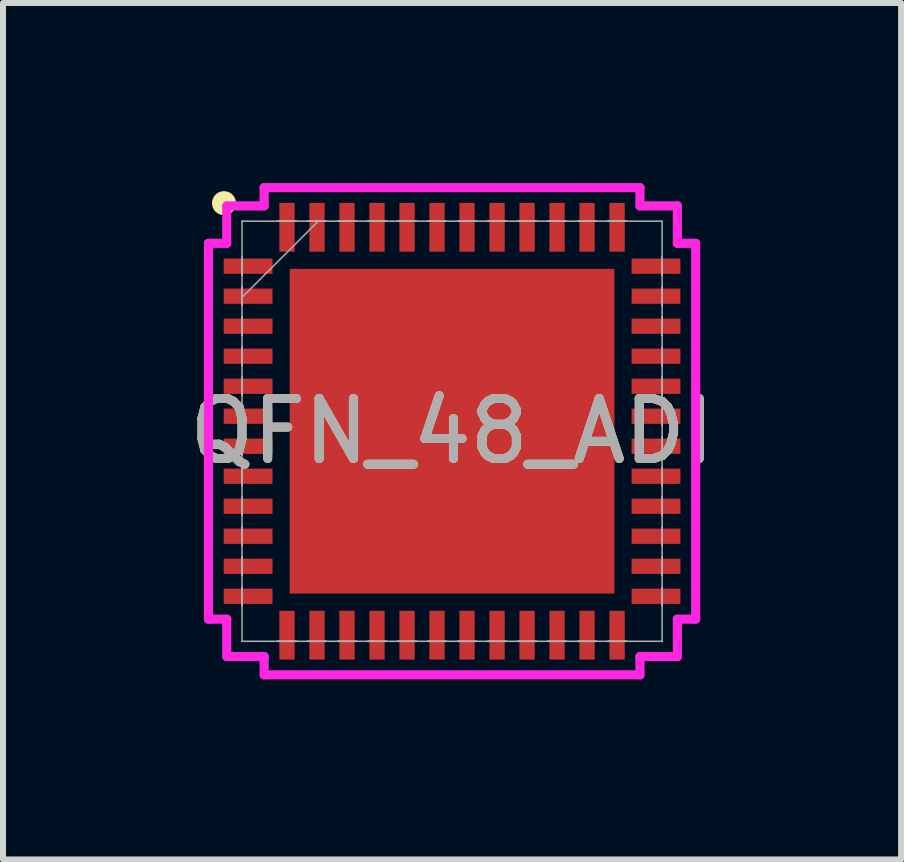
<source format=kicad_pcb>
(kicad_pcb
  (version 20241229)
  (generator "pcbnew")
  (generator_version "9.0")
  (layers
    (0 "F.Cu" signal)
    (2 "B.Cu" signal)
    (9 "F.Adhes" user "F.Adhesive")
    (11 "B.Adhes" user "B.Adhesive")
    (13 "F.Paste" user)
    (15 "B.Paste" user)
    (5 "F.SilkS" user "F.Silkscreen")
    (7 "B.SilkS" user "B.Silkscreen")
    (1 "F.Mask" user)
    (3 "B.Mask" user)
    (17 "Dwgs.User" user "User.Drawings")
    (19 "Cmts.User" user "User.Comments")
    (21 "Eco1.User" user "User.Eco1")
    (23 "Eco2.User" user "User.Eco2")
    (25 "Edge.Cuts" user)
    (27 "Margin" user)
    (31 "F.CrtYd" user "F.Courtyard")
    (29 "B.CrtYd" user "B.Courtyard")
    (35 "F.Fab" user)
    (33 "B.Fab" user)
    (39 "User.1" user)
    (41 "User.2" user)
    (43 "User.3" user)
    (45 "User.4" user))
  (footprint "QFN_48_ADI"
    (layer "F.Cu")
    (at 4.482 4.135)
    (property "Reference" "QFN_48_ADI" (at 0 0 0) (unlocked yes) (layer "F.SilkS") (effects (font (size 1 1) (thickness 0.15))))
    (attr smd)
    (fp_poly (pts (xy -2.705 -2.705) (xy 2.705 -2.705) (xy 2.705 2.705) (xy -2.705 2.705)) (stroke (width 0) (type solid)) (fill yes) (layer "F.Cu"))
    (fp_poly (pts (xy -2.705 -2.705) (xy 2.705 -2.705) (xy 2.705 2.705) (xy -2.705 2.705)) (stroke (width 0) (type solid)) (fill yes) (layer "F.Mask"))
    (fp_circle (center -3.8 -3.8) (end -3.6 -3.8) (stroke (width 0) (type solid)) (fill yes) (layer "F.SilkS"))
    (fp_poly (pts (xy -2.705 -2.705) (xy 2.705 -2.705) (xy 2.705 2.705) (xy -2.705 2.705)) (stroke (width 0) (type solid)) (fill yes) (layer "F.Paste"))
    (fp_line (start -4.059 -3.131) (end -3.754 -3.131) (stroke (width 0.152) (type solid)) (layer "F.CrtYd"))
    (fp_line (start -4.059 3.131) (end -4.059 -3.131) (stroke (width 0.152) (type solid)) (layer "F.CrtYd"))
    (fp_line (start -3.754 -3.754) (end -3.131 -3.754) (stroke (width 0.152) (type solid)) (layer "F.CrtYd"))
    (fp_line (start -3.754 -3.131) (end -3.754 -3.754) (stroke (width 0.152) (type solid)) (layer "F.CrtYd"))
    (fp_line (start -3.754 3.131) (end -4.059 3.131) (stroke (width 0.152) (type solid)) (layer "F.CrtYd"))
    (fp_line (start -3.754 3.754) (end -3.754 3.131) (stroke (width 0.152) (type solid)) (layer "F.CrtYd"))
    (fp_line (start -3.131 -4.059) (end 3.131 -4.059) (stroke (width 0.152) (type solid)) (layer "F.CrtYd"))
    (fp_line (start -3.131 -3.754) (end -3.131 -4.059) (stroke (width 0.152) (type solid)) (layer "F.CrtYd"))
    (fp_line (start -3.131 3.754) (end -3.754 3.754) (stroke (width 0.152) (type solid)) (layer "F.CrtYd"))
    (fp_line (start -3.131 4.059) (end -3.131 3.754) (stroke (width 0.152) (type solid)) (layer "F.CrtYd"))
    (fp_line (start 3.131 -4.059) (end 3.131 -3.754) (stroke (width 0.152) (type solid)) (layer "F.CrtYd"))
    (fp_line (start 3.131 -3.754) (end 3.754 -3.754) (stroke (width 0.152) (type solid)) (layer "F.CrtYd"))
    (fp_line (start 3.131 3.754) (end 3.131 4.059) (stroke (width 0.152) (type solid)) (layer "F.CrtYd"))
    (fp_line (start 3.131 4.059) (end -3.131 4.059) (stroke (width 0.152) (type solid)) (layer "F.CrtYd"))
    (fp_line (start 3.754 -3.754) (end 3.754 -3.131) (stroke (width 0.152) (type solid)) (layer "F.CrtYd"))
    (fp_line (start 3.754 -3.131) (end 4.059 -3.131) (stroke (width 0.152) (type solid)) (layer "F.CrtYd"))
    (fp_line (start 3.754 3.131) (end 3.754 3.754) (stroke (width 0.152) (type solid)) (layer "F.CrtYd"))
    (fp_line (start 3.754 3.754) (end 3.131 3.754) (stroke (width 0.152) (type solid)) (layer "F.CrtYd"))
    (fp_line (start 4.059 -3.131) (end 4.059 3.131) (stroke (width 0.152) (type solid)) (layer "F.CrtYd"))
    (fp_line (start 4.059 3.131) (end 3.754 3.131) (stroke (width 0.152) (type solid)) (layer "F.CrtYd"))
    (fp_line (start -3.5 -3.5) (end -3.5 3.5) (stroke (width 0.025) (type solid)) (layer "F.Fab"))
    (fp_line (start -3.5 -2.902) (end -3.5 -2.902) (stroke (width 0.025) (type solid)) (layer "F.Fab"))
    (fp_line (start -3.5 -2.902) (end -3.5 -2.598) (stroke (width 0.025) (type solid)) (layer "F.Fab"))
    (fp_line (start -3.5 -2.598) (end -3.5 -2.902) (stroke (width 0.025) (type solid)) (layer "F.Fab"))
    (fp_line (start -3.5 -2.598) (end -3.5 -2.598) (stroke (width 0.025) (type solid)) (layer "F.Fab"))
    (fp_line (start -3.5 -2.402) (end -3.5 -2.402) (stroke (width 0.025) (type solid)) (layer "F.Fab"))
    (fp_line (start -3.5 -2.402) (end -3.5 -2.098) (stroke (width 0.025) (type solid)) (layer "F.Fab"))
    (fp_line (start -3.5 -2.23) (end -2.23 -3.5) (stroke (width 0.025) (type solid)) (layer "F.Fab"))
    (fp_line (start -3.5 -2.098) (end -3.5 -2.402) (stroke (width 0.025) (type solid)) (layer "F.Fab"))
    (fp_line (start -3.5 -2.098) (end -3.5 -2.098) (stroke (width 0.025) (type solid)) (layer "F.Fab"))
    (fp_line (start -3.5 -1.902) (end -3.5 -1.902) (stroke (width 0.025) (type solid)) (layer "F.Fab"))
    (fp_line (start -3.5 -1.902) (end -3.5 -1.598) (stroke (width 0.025) (type solid)) (layer "F.Fab"))
    (fp_line (start -3.5 -1.598) (end -3.5 -1.902) (stroke (width 0.025) (type solid)) (layer "F.Fab"))
    (fp_line (start -3.5 -1.598) (end -3.5 -1.598) (stroke (width 0.025) (type solid)) (layer "F.Fab"))
    (fp_line (start -3.5 -1.402) (end -3.5 -1.402) (stroke (width 0.025) (type solid)) (layer "F.Fab"))
    (fp_line (start -3.5 -1.402) (end -3.5 -1.098) (stroke (width 0.025) (type solid)) (layer "F.Fab"))
    (fp_line (start -3.5 -1.098) (end -3.5 -1.402) (stroke (width 0.025) (type solid)) (layer "F.Fab"))
    (fp_line (start -3.5 -1.098) (end -3.5 -1.098) (stroke (width 0.025) (type solid)) (layer "F.Fab"))
    (fp_line (start -3.5 -0.902) (end -3.5 -0.902) (stroke (width 0.025) (type solid)) (layer "F.Fab"))
    (fp_line (start -3.5 -0.902) (end -3.5 -0.598) (stroke (width 0.025) (type solid)) (layer "F.Fab"))
    (fp_line (start -3.5 -0.598) (end -3.5 -0.902) (stroke (width 0.025) (type solid)) (layer "F.Fab"))
    (fp_line (start -3.5 -0.598) (end -3.5 -0.598) (stroke (width 0.025) (type solid)) (layer "F.Fab"))
    (fp_line (start -3.5 -0.402) (end -3.5 -0.402) (stroke (width 0.025) (type solid)) (layer "F.Fab"))
    (fp_line (start -3.5 -0.402) (end -3.5 -0.098) (stroke (width 0.025) (type solid)) (layer "F.Fab"))
    (fp_line (start -3.5 -0.098) (end -3.5 -0.402) (stroke (width 0.025) (type solid)) (layer "F.Fab"))
    (fp_line (start -3.5 -0.098) (end -3.5 -0.098) (stroke (width 0.025) (type solid)) (layer "F.Fab"))
    (fp_line (start -3.5 0.098) (end -3.5 0.098) (stroke (width 0.025) (type solid)) (layer "F.Fab"))
    (fp_line (start -3.5 0.098) (end -3.5 0.402) (stroke (width 0.025) (type solid)) (layer "F.Fab"))
    (fp_line (start -3.5 0.402) (end -3.5 0.098) (stroke (width 0.025) (type solid)) (layer "F.Fab"))
    (fp_line (start -3.5 0.402) (end -3.5 0.402) (stroke (width 0.025) (type solid)) (layer "F.Fab"))
    (fp_line (start -3.5 0.598) (end -3.5 0.598) (stroke (width 0.025) (type solid)) (layer "F.Fab"))
    (fp_line (start -3.5 0.598) (end -3.5 0.902) (stroke (width 0.025) (type solid)) (layer "F.Fab"))
    (fp_line (start -3.5 0.902) (end -3.5 0.598) (stroke (width 0.025) (type solid)) (layer "F.Fab"))
    (fp_line (start -3.5 0.902) (end -3.5 0.902) (stroke (width 0.025) (type solid)) (layer "F.Fab"))
    (fp_line (start -3.5 1.098) (end -3.5 1.098) (stroke (width 0.025) (type solid)) (layer "F.Fab"))
    (fp_line (start -3.5 1.098) (end -3.5 1.402) (stroke (width 0.025) (type solid)) (layer "F.Fab"))
    (fp_line (start -3.5 1.402) (end -3.5 1.098) (stroke (width 0.025) (type solid)) (layer "F.Fab"))
    (fp_line (start -3.5 1.402) (end -3.5 1.402) (stroke (width 0.025) (type solid)) (layer "F.Fab"))
    (fp_line (start -3.5 1.598) (end -3.5 1.598) (stroke (width 0.025) (type solid)) (layer "F.Fab"))
    (fp_line (start -3.5 1.598) (end -3.5 1.902) (stroke (width 0.025) (type solid)) (layer "F.Fab"))
    (fp_line (start -3.5 1.902) (end -3.5 1.598) (stroke (width 0.025) (type solid)) (layer "F.Fab"))
    (fp_line (start -3.5 1.902) (end -3.5 1.902) (stroke (width 0.025) (type solid)) (layer "F.Fab"))
    (fp_line (start -3.5 2.098) (end -3.5 2.098) (stroke (width 0.025) (type solid)) (layer "F.Fab"))
    (fp_line (start -3.5 2.098) (end -3.5 2.402) (stroke (width 0.025) (type solid)) (layer "F.Fab"))
    (fp_line (start -3.5 2.402) (end -3.5 2.098) (stroke (width 0.025) (type solid)) (layer "F.Fab"))
    (fp_line (start -3.5 2.402) (end -3.5 2.402) (stroke (width 0.025) (type solid)) (layer "F.Fab"))
    (fp_line (start -3.5 2.598) (end -3.5 2.598) (stroke (width 0.025) (type solid)) (layer "F.Fab"))
    (fp_line (start -3.5 2.598) (end -3.5 2.902) (stroke (width 0.025) (type solid)) (layer "F.Fab"))
    (fp_line (start -3.5 2.902) (end -3.5 2.598) (stroke (width 0.025) (type solid)) (layer "F.Fab"))
    (fp_line (start -3.5 2.902) (end -3.5 2.902) (stroke (width 0.025) (type solid)) (layer "F.Fab"))
    (fp_line (start -3.5 3.5) (end 3.5 3.5) (stroke (width 0.025) (type solid)) (layer "F.Fab"))
    (fp_line (start -2.902 -3.5) (end -2.902 -3.5) (stroke (width 0.025) (type solid)) (layer "F.Fab"))
    (fp_line (start -2.902 -3.5) (end -2.598 -3.5) (stroke (width 0.025) (type solid)) (layer "F.Fab"))
    (fp_line (start -2.902 3.5) (end -2.902 3.5) (stroke (width 0.025) (type solid)) (layer "F.Fab"))
    (fp_line (start -2.902 3.5) (end -2.598 3.5) (stroke (width 0.025) (type solid)) (layer "F.Fab"))
    (fp_line (start -2.598 -3.5) (end -2.902 -3.5) (stroke (width 0.025) (type solid)) (layer "F.Fab"))
    (fp_line (start -2.598 -3.5) (end -2.598 -3.5) (stroke (width 0.025) (type solid)) (layer "F.Fab"))
    (fp_line (start -2.598 3.5) (end -2.902 3.5) (stroke (width 0.025) (type solid)) (layer "F.Fab"))
    (fp_line (start -2.598 3.5) (end -2.598 3.5) (stroke (width 0.025) (type solid)) (layer "F.Fab"))
    (fp_line (start -2.402 -3.5) (end -2.402 -3.5) (stroke (width 0.025) (type solid)) (layer "F.Fab"))
    (fp_line (start -2.402 -3.5) (end -2.098 -3.5) (stroke (width 0.025) (type solid)) (layer "F.Fab"))
    (fp_line (start -2.402 3.5) (end -2.402 3.5) (stroke (width 0.025) (type solid)) (layer "F.Fab"))
    (fp_line (start -2.402 3.5) (end -2.098 3.5) (stroke (width 0.025) (type solid)) (layer "F.Fab"))
    (fp_line (start -2.098 -3.5) (end -2.402 -3.5) (stroke (width 0.025) (type solid)) (layer "F.Fab"))
    (fp_line (start -2.098 -3.5) (end -2.098 -3.5) (stroke (width 0.025) (type solid)) (layer "F.Fab"))
    (fp_line (start -2.098 3.5) (end -2.402 3.5) (stroke (width 0.025) (type solid)) (layer "F.Fab"))
    (fp_line (start -2.098 3.5) (end -2.098 3.5) (stroke (width 0.025) (type solid)) (layer "F.Fab"))
    (fp_line (start -1.902 -3.5) (end -1.902 -3.5) (stroke (width 0.025) (type solid)) (layer "F.Fab"))
    (fp_line (start -1.902 -3.5) (end -1.598 -3.5) (stroke (width 0.025) (type solid)) (layer "F.Fab"))
    (fp_line (start -1.902 3.5) (end -1.902 3.5) (stroke (width 0.025) (type solid)) (layer "F.Fab"))
    (fp_line (start -1.902 3.5) (end -1.598 3.5) (stroke (width 0.025) (type solid)) (layer "F.Fab"))
    (fp_line (start -1.598 -3.5) (end -1.902 -3.5) (stroke (width 0.025) (type solid)) (layer "F.Fab"))
    (fp_line (start -1.598 -3.5) (end -1.598 -3.5) (stroke (width 0.025) (type solid)) (layer "F.Fab"))
    (fp_line (start -1.598 3.5) (end -1.902 3.5) (stroke (width 0.025) (type solid)) (layer "F.Fab"))
    (fp_line (start -1.598 3.5) (end -1.598 3.5) (stroke (width 0.025) (type solid)) (layer "F.Fab"))
    (fp_line (start -1.402 -3.5) (end -1.402 -3.5) (stroke (width 0.025) (type solid)) (layer "F.Fab"))
    (fp_line (start -1.402 -3.5) (end -1.098 -3.5) (stroke (width 0.025) (type solid)) (layer "F.Fab"))
    (fp_line (start -1.402 3.5) (end -1.402 3.5) (stroke (width 0.025) (type solid)) (layer "F.Fab"))
    (fp_line (start -1.402 3.5) (end -1.098 3.5) (stroke (width 0.025) (type solid)) (layer "F.Fab"))
    (fp_line (start -1.098 -3.5) (end -1.402 -3.5) (stroke (width 0.025) (type solid)) (layer "F.Fab"))
    (fp_line (start -1.098 -3.5) (end -1.098 -3.5) (stroke (width 0.025) (type solid)) (layer "F.Fab"))
    (fp_line (start -1.098 3.5) (end -1.402 3.5) (stroke (width 0.025) (type solid)) (layer "F.Fab"))
    (fp_line (start -1.098 3.5) (end -1.098 3.5) (stroke (width 0.025) (type solid)) (layer "F.Fab"))
    (fp_line (start -0.902 -3.5) (end -0.902 -3.5) (stroke (width 0.025) (type solid)) (layer "F.Fab"))
    (fp_line (start -0.902 -3.5) (end -0.598 -3.5) (stroke (width 0.025) (type solid)) (layer "F.Fab"))
    (fp_line (start -0.902 3.5) (end -0.902 3.5) (stroke (width 0.025) (type solid)) (layer "F.Fab"))
    (fp_line (start -0.902 3.5) (end -0.598 3.5) (stroke (width 0.025) (type solid)) (layer "F.Fab"))
    (fp_line (start -0.598 -3.5) (end -0.902 -3.5) (stroke (width 0.025) (type solid)) (layer "F.Fab"))
    (fp_line (start -0.598 -3.5) (end -0.598 -3.5) (stroke (width 0.025) (type solid)) (layer "F.Fab"))
    (fp_line (start -0.598 3.5) (end -0.902 3.5) (stroke (width 0.025) (type solid)) (layer "F.Fab"))
    (fp_line (start -0.598 3.5) (end -0.598 3.5) (stroke (width 0.025) (type solid)) (layer "F.Fab"))
    (fp_line (start -0.402 -3.5) (end -0.402 -3.5) (stroke (width 0.025) (type solid)) (layer "F.Fab"))
    (fp_line (start -0.402 -3.5) (end -0.098 -3.5) (stroke (width 0.025) (type solid)) (layer "F.Fab"))
    (fp_line (start -0.402 3.5) (end -0.402 3.5) (stroke (width 0.025) (type solid)) (layer "F.Fab"))
    (fp_line (start -0.402 3.5) (end -0.098 3.5) (stroke (width 0.025) (type solid)) (layer "F.Fab"))
    (fp_line (start -0.098 -3.5) (end -0.402 -3.5) (stroke (width 0.025) (type solid)) (layer "F.Fab"))
    (fp_line (start -0.098 -3.5) (end -0.098 -3.5) (stroke (width 0.025) (type solid)) (layer "F.Fab"))
    (fp_line (start -0.098 3.5) (end -0.402 3.5) (stroke (width 0.025) (type solid)) (layer "F.Fab"))
    (fp_line (start -0.098 3.5) (end -0.098 3.5) (stroke (width 0.025) (type solid)) (layer "F.Fab"))
    (fp_line (start 0.098 -3.5) (end 0.098 -3.5) (stroke (width 0.025) (type solid)) (layer "F.Fab"))
    (fp_line (start 0.098 -3.5) (end 0.402 -3.5) (stroke (width 0.025) (type solid)) (layer "F.Fab"))
    (fp_line (start 0.098 3.5) (end 0.098 3.5) (stroke (width 0.025) (type solid)) (layer "F.Fab"))
    (fp_line (start 0.098 3.5) (end 0.402 3.5) (stroke (width 0.025) (type solid)) (layer "F.Fab"))
    (fp_line (start 0.402 -3.5) (end 0.098 -3.5) (stroke (width 0.025) (type solid)) (layer "F.Fab"))
    (fp_line (start 0.402 -3.5) (end 0.402 -3.5) (stroke (width 0.025) (type solid)) (layer "F.Fab"))
    (fp_line (start 0.402 3.5) (end 0.098 3.5) (stroke (width 0.025) (type solid)) (layer "F.Fab"))
    (fp_line (start 0.402 3.5) (end 0.402 3.5) (stroke (width 0.025) (type solid)) (layer "F.Fab"))
    (fp_line (start 0.598 -3.5) (end 0.598 -3.5) (stroke (width 0.025) (type solid)) (layer "F.Fab"))
    (fp_line (start 0.598 -3.5) (end 0.902 -3.5) (stroke (width 0.025) (type solid)) (layer "F.Fab"))
    (fp_line (start 0.598 3.5) (end 0.598 3.5) (stroke (width 0.025) (type solid)) (layer "F.Fab"))
    (fp_line (start 0.598 3.5) (end 0.902 3.5) (stroke (width 0.025) (type solid)) (layer "F.Fab"))
    (fp_line (start 0.902 -3.5) (end 0.598 -3.5) (stroke (width 0.025) (type solid)) (layer "F.Fab"))
    (fp_line (start 0.902 -3.5) (end 0.902 -3.5) (stroke (width 0.025) (type solid)) (layer "F.Fab"))
    (fp_line (start 0.902 3.5) (end 0.598 3.5) (stroke (width 0.025) (type solid)) (layer "F.Fab"))
    (fp_line (start 0.902 3.5) (end 0.902 3.5) (stroke (width 0.025) (type solid)) (layer "F.Fab"))
    (fp_line (start 1.098 -3.5) (end 1.098 -3.5) (stroke (width 0.025) (type solid)) (layer "F.Fab"))
    (fp_line (start 1.098 -3.5) (end 1.402 -3.5) (stroke (width 0.025) (type solid)) (layer "F.Fab"))
    (fp_line (start 1.098 3.5) (end 1.098 3.5) (stroke (width 0.025) (type solid)) (layer "F.Fab"))
    (fp_line (start 1.098 3.5) (end 1.402 3.5) (stroke (width 0.025) (type solid)) (layer "F.Fab"))
    (fp_line (start 1.402 -3.5) (end 1.098 -3.5) (stroke (width 0.025) (type solid)) (layer "F.Fab"))
    (fp_line (start 1.402 -3.5) (end 1.402 -3.5) (stroke (width 0.025) (type solid)) (layer "F.Fab"))
    (fp_line (start 1.402 3.5) (end 1.098 3.5) (stroke (width 0.025) (type solid)) (layer "F.Fab"))
    (fp_line (start 1.402 3.5) (end 1.402 3.5) (stroke (width 0.025) (type solid)) (layer "F.Fab"))
    (fp_line (start 1.598 -3.5) (end 1.598 -3.5) (stroke (width 0.025) (type solid)) (layer "F.Fab"))
    (fp_line (start 1.598 -3.5) (end 1.902 -3.5) (stroke (width 0.025) (type solid)) (layer "F.Fab"))
    (fp_line (start 1.598 3.5) (end 1.598 3.5) (stroke (width 0.025) (type solid)) (layer "F.Fab"))
    (fp_line (start 1.598 3.5) (end 1.902 3.5) (stroke (width 0.025) (type solid)) (layer "F.Fab"))
    (fp_line (start 1.902 -3.5) (end 1.598 -3.5) (stroke (width 0.025) (type solid)) (layer "F.Fab"))
    (fp_line (start 1.902 -3.5) (end 1.902 -3.5) (stroke (width 0.025) (type solid)) (layer "F.Fab"))
    (fp_line (start 1.902 3.5) (end 1.598 3.5) (stroke (width 0.025) (type solid)) (layer "F.Fab"))
    (fp_line (start 1.902 3.5) (end 1.902 3.5) (stroke (width 0.025) (type solid)) (layer "F.Fab"))
    (fp_line (start 2.098 -3.5) (end 2.098 -3.5) (stroke (width 0.025) (type solid)) (layer "F.Fab"))
    (fp_line (start 2.098 -3.5) (end 2.402 -3.5) (stroke (width 0.025) (type solid)) (layer "F.Fab"))
    (fp_line (start 2.098 3.5) (end 2.098 3.5) (stroke (width 0.025) (type solid)) (layer "F.Fab"))
    (fp_line (start 2.098 3.5) (end 2.402 3.5) (stroke (width 0.025) (type solid)) (layer "F.Fab"))
    (fp_line (start 2.402 -3.5) (end 2.098 -3.5) (stroke (width 0.025) (type solid)) (layer "F.Fab"))
    (fp_line (start 2.402 -3.5) (end 2.402 -3.5) (stroke (width 0.025) (type solid)) (layer "F.Fab"))
    (fp_line (start 2.402 3.5) (end 2.098 3.5) (stroke (width 0.025) (type solid)) (layer "F.Fab"))
    (fp_line (start 2.402 3.5) (end 2.402 3.5) (stroke (width 0.025) (type solid)) (layer "F.Fab"))
    (fp_line (start 2.598 -3.5) (end 2.598 -3.5) (stroke (width 0.025) (type solid)) (layer "F.Fab"))
    (fp_line (start 2.598 -3.5) (end 2.902 -3.5) (stroke (width 0.025) (type solid)) (layer "F.Fab"))
    (fp_line (start 2.598 3.5) (end 2.598 3.5) (stroke (width 0.025) (type solid)) (layer "F.Fab"))
    (fp_line (start 2.598 3.5) (end 2.902 3.5) (stroke (width 0.025) (type solid)) (layer "F.Fab"))
    (fp_line (start 2.902 -3.5) (end 2.598 -3.5) (stroke (width 0.025) (type solid)) (layer "F.Fab"))
    (fp_line (start 2.902 -3.5) (end 2.902 -3.5) (stroke (width 0.025) (type solid)) (layer "F.Fab"))
    (fp_line (start 2.902 3.5) (end 2.598 3.5) (stroke (width 0.025) (type solid)) (layer "F.Fab"))
    (fp_line (start 2.902 3.5) (end 2.902 3.5) (stroke (width 0.025) (type solid)) (layer "F.Fab"))
    (fp_line (start 3.5 -3.5) (end -3.5 -3.5) (stroke (width 0.025) (type solid)) (layer "F.Fab"))
    (fp_line (start 3.5 -2.902) (end 3.5 -2.902) (stroke (width 0.025) (type solid)) (layer "F.Fab"))
    (fp_line (start 3.5 -2.902) (end 3.5 -2.598) (stroke (width 0.025) (type solid)) (layer "F.Fab"))
    (fp_line (start 3.5 -2.598) (end 3.5 -2.902) (stroke (width 0.025) (type solid)) (layer "F.Fab"))
    (fp_line (start 3.5 -2.598) (end 3.5 -2.598) (stroke (width 0.025) (type solid)) (layer "F.Fab"))
    (fp_line (start 3.5 -2.402) (end 3.5 -2.402) (stroke (width 0.025) (type solid)) (layer "F.Fab"))
    (fp_line (start 3.5 -2.402) (end 3.5 -2.098) (stroke (width 0.025) (type solid)) (layer "F.Fab"))
    (fp_line (start 3.5 -2.098) (end 3.5 -2.402) (stroke (width 0.025) (type solid)) (layer "F.Fab"))
    (fp_line (start 3.5 -2.098) (end 3.5 -2.098) (stroke (width 0.025) (type solid)) (layer "F.Fab"))
    (fp_line (start 3.5 -1.902) (end 3.5 -1.902) (stroke (width 0.025) (type solid)) (layer "F.Fab"))
    (fp_line (start 3.5 -1.902) (end 3.5 -1.598) (stroke (width 0.025) (type solid)) (layer "F.Fab"))
    (fp_line (start 3.5 -1.598) (end 3.5 -1.902) (stroke (width 0.025) (type solid)) (layer "F.Fab"))
    (fp_line (start 3.5 -1.598) (end 3.5 -1.598) (stroke (width 0.025) (type solid)) (layer "F.Fab"))
    (fp_line (start 3.5 -1.402) (end 3.5 -1.402) (stroke (width 0.025) (type solid)) (layer "F.Fab"))
    (fp_line (start 3.5 -1.402) (end 3.5 -1.098) (stroke (width 0.025) (type solid)) (layer "F.Fab"))
    (fp_line (start 3.5 -1.098) (end 3.5 -1.402) (stroke (width 0.025) (type solid)) (layer "F.Fab"))
    (fp_line (start 3.5 -1.098) (end 3.5 -1.098) (stroke (width 0.025) (type solid)) (layer "F.Fab"))
    (fp_line (start 3.5 -0.902) (end 3.5 -0.902) (stroke (width 0.025) (type solid)) (layer "F.Fab"))
    (fp_line (start 3.5 -0.902) (end 3.5 -0.598) (stroke (width 0.025) (type solid)) (layer "F.Fab"))
    (fp_line (start 3.5 -0.598) (end 3.5 -0.902) (stroke (width 0.025) (type solid)) (layer "F.Fab"))
    (fp_line (start 3.5 -0.598) (end 3.5 -0.598) (stroke (width 0.025) (type solid)) (layer "F.Fab"))
    (fp_line (start 3.5 -0.402) (end 3.5 -0.402) (stroke (width 0.025) (type solid)) (layer "F.Fab"))
    (fp_line (start 3.5 -0.402) (end 3.5 -0.098) (stroke (width 0.025) (type solid)) (layer "F.Fab"))
    (fp_line (start 3.5 -0.098) (end 3.5 -0.402) (stroke (width 0.025) (type solid)) (layer "F.Fab"))
    (fp_line (start 3.5 -0.098) (end 3.5 -0.098) (stroke (width 0.025) (type solid)) (layer "F.Fab"))
    (fp_line (start 3.5 0.098) (end 3.5 0.098) (stroke (width 0.025) (type solid)) (layer "F.Fab"))
    (fp_line (start 3.5 0.098) (end 3.5 0.402) (stroke (width 0.025) (type solid)) (layer "F.Fab"))
    (fp_line (start 3.5 0.402) (end 3.5 0.098) (stroke (width 0.025) (type solid)) (layer "F.Fab"))
    (fp_line (start 3.5 0.402) (end 3.5 0.402) (stroke (width 0.025) (type solid)) (layer "F.Fab"))
    (fp_line (start 3.5 0.598) (end 3.5 0.598) (stroke (width 0.025) (type solid)) (layer "F.Fab"))
    (fp_line (start 3.5 0.598) (end 3.5 0.902) (stroke (width 0.025) (type solid)) (layer "F.Fab"))
    (fp_line (start 3.5 0.902) (end 3.5 0.598) (stroke (width 0.025) (type solid)) (layer "F.Fab"))
    (fp_line (start 3.5 0.902) (end 3.5 0.902) (stroke (width 0.025) (type solid)) (layer "F.Fab"))
    (fp_line (start 3.5 1.098) (end 3.5 1.098) (stroke (width 0.025) (type solid)) (layer "F.Fab"))
    (fp_line (start 3.5 1.098) (end 3.5 1.402) (stroke (width 0.025) (type solid)) (layer "F.Fab"))
    (fp_line (start 3.5 1.402) (end 3.5 1.098) (stroke (width 0.025) (type solid)) (layer "F.Fab"))
    (fp_line (start 3.5 1.402) (end 3.5 1.402) (stroke (width 0.025) (type solid)) (layer "F.Fab"))
    (fp_line (start 3.5 1.598) (end 3.5 1.598) (stroke (width 0.025) (type solid)) (layer "F.Fab"))
    (fp_line (start 3.5 1.598) (end 3.5 1.902) (stroke (width 0.025) (type solid)) (layer "F.Fab"))
    (fp_line (start 3.5 1.902) (end 3.5 1.598) (stroke (width 0.025) (type solid)) (layer "F.Fab"))
    (fp_line (start 3.5 1.902) (end 3.5 1.902) (stroke (width 0.025) (type solid)) (layer "F.Fab"))
    (fp_line (start 3.5 2.098) (end 3.5 2.098) (stroke (width 0.025) (type solid)) (layer "F.Fab"))
    (fp_line (start 3.5 2.098) (end 3.5 2.402) (stroke (width 0.025) (type solid)) (layer "F.Fab"))
    (fp_line (start 3.5 2.402) (end 3.5 2.098) (stroke (width 0.025) (type solid)) (layer "F.Fab"))
    (fp_line (start 3.5 2.402) (end 3.5 2.402) (stroke (width 0.025) (type solid)) (layer "F.Fab"))
    (fp_line (start 3.5 2.598) (end 3.5 2.598) (stroke (width 0.025) (type solid)) (layer "F.Fab"))
    (fp_line (start 3.5 2.598) (end 3.5 2.902) (stroke (width 0.025) (type solid)) (layer "F.Fab"))
    (fp_line (start 3.5 2.902) (end 3.5 2.598) (stroke (width 0.025) (type solid)) (layer "F.Fab"))
    (fp_line (start 3.5 2.902) (end 3.5 2.902) (stroke (width 0.025) (type solid)) (layer "F.Fab"))
    (fp_line (start 3.5 3.5) (end 3.5 -3.5) (stroke (width 0.025) (type solid)) (layer "F.Fab"))
    (fp_text user "${REFERENCE}" (at 0 0 0) (unlocked yes) (layer "F.Fab") (effects (font (size 1 1) (thickness 0.15))))
    (pad "1" smd rect (at -3.398 -2.75 90) (size 0.254 0.813) (layers "F.Cu" "F.Mask" "F.Paste"))
    (pad "2" smd rect (at -3.398 -2.25 90) (size 0.254 0.813) (layers "F.Cu" "F.Mask" "F.Paste"))
    (pad "3" smd rect (at -3.398 -1.75 90) (size 0.254 0.813) (layers "F.Cu" "F.Mask" "F.Paste"))
    (pad "4" smd rect (at -3.398 -1.25 90) (size 0.254 0.813) (layers "F.Cu" "F.Mask" "F.Paste"))
    (pad "5" smd rect (at -3.398 -0.75 90) (size 0.254 0.813) (layers "F.Cu" "F.Mask" "F.Paste"))
    (pad "6" smd rect (at -3.398 -0.25 90) (size 0.254 0.813) (layers "F.Cu" "F.Mask" "F.Paste"))
    (pad "7" smd rect (at -3.398 0.25 90) (size 0.254 0.813) (layers "F.Cu" "F.Mask" "F.Paste"))
    (pad "8" smd rect (at -3.398 0.75 90) (size 0.254 0.813) (layers "F.Cu" "F.Mask" "F.Paste"))
    (pad "9" smd rect (at -3.398 1.25 90) (size 0.254 0.813) (layers "F.Cu" "F.Mask" "F.Paste"))
    (pad "10" smd rect (at -3.398 1.75 90) (size 0.254 0.813) (layers "F.Cu" "F.Mask" "F.Paste"))
    (pad "11" smd rect (at -3.398 2.25 90) (size 0.254 0.813) (layers "F.Cu" "F.Mask" "F.Paste"))
    (pad "12" smd rect (at -3.398 2.75 90) (size 0.254 0.813) (layers "F.Cu" "F.Mask" "F.Paste"))
    (pad "13" smd rect (at -2.75 3.398) (size 0.254 0.813) (layers "F.Cu" "F.Mask" "F.Paste"))
    (pad "14" smd rect (at -2.25 3.398) (size 0.254 0.813) (layers "F.Cu" "F.Mask" "F.Paste"))
    (pad "15" smd rect (at -1.75 3.398) (size 0.254 0.813) (layers "F.Cu" "F.Mask" "F.Paste"))
    (pad "16" smd rect (at -1.25 3.398) (size 0.254 0.813) (layers "F.Cu" "F.Mask" "F.Paste"))
    (pad "17" smd rect (at -0.75 3.398) (size 0.254 0.813) (layers "F.Cu" "F.Mask" "F.Paste"))
    (pad "18" smd rect (at -0.25 3.398) (size 0.254 0.813) (layers "F.Cu" "F.Mask" "F.Paste"))
    (pad "19" smd rect (at 0.25 3.398) (size 0.254 0.813) (layers "F.Cu" "F.Mask" "F.Paste"))
    (pad "20" smd rect (at 0.75 3.398) (size 0.254 0.813) (layers "F.Cu" "F.Mask" "F.Paste"))
    (pad "21" smd rect (at 1.25 3.398) (size 0.254 0.813) (layers "F.Cu" "F.Mask" "F.Paste"))
    (pad "22" smd rect (at 1.75 3.398) (size 0.254 0.813) (layers "F.Cu" "F.Mask" "F.Paste"))
    (pad "23" smd rect (at 2.25 3.398) (size 0.254 0.813) (layers "F.Cu" "F.Mask" "F.Paste"))
    (pad "24" smd rect (at 2.75 3.398) (size 0.254 0.813) (layers "F.Cu" "F.Mask" "F.Paste"))
    (pad "25" smd rect (at 3.398 2.75 90) (size 0.254 0.813) (layers "F.Cu" "F.Mask" "F.Paste"))
    (pad "26" smd rect (at 3.398 2.25 90) (size 0.254 0.813) (layers "F.Cu" "F.Mask" "F.Paste"))
    (pad "27" smd rect (at 3.398 1.75 90) (size 0.254 0.813) (layers "F.Cu" "F.Mask" "F.Paste"))
    (pad "28" smd rect (at 3.398 1.25 90) (size 0.254 0.813) (layers "F.Cu" "F.Mask" "F.Paste"))
    (pad "29" smd rect (at 3.398 0.75 90) (size 0.254 0.813) (layers "F.Cu" "F.Mask" "F.Paste"))
    (pad "30" smd rect (at 3.398 0.25 90) (size 0.254 0.813) (layers "F.Cu" "F.Mask" "F.Paste"))
    (pad "31" smd rect (at 3.398 -0.25 90) (size 0.254 0.813) (layers "F.Cu" "F.Mask" "F.Paste"))
    (pad "32" smd rect (at 3.398 -0.75 90) (size 0.254 0.813) (layers "F.Cu" "F.Mask" "F.Paste"))
    (pad "33" smd rect (at 3.398 -1.25 90) (size 0.254 0.813) (layers "F.Cu" "F.Mask" "F.Paste"))
    (pad "34" smd rect (at 3.398 -1.75 90) (size 0.254 0.813) (layers "F.Cu" "F.Mask" "F.Paste"))
    (pad "35" smd rect (at 3.398 -2.25 90) (size 0.254 0.813) (layers "F.Cu" "F.Mask" "F.Paste"))
    (pad "36" smd rect (at 3.398 -2.75 90) (size 0.254 0.813) (layers "F.Cu" "F.Mask" "F.Paste"))
    (pad "37" smd rect (at 2.75 -3.398) (size 0.254 0.813) (layers "F.Cu" "F.Mask" "F.Paste"))
    (pad "38" smd rect (at 2.25 -3.398) (size 0.254 0.813) (layers "F.Cu" "F.Mask" "F.Paste"))
    (pad "39" smd rect (at 1.75 -3.398) (size 0.254 0.813) (layers "F.Cu" "F.Mask" "F.Paste"))
    (pad "40" smd rect (at 1.25 -3.398) (size 0.254 0.813) (layers "F.Cu" "F.Mask" "F.Paste"))
    (pad "41" smd rect (at 0.75 -3.398) (size 0.254 0.813) (layers "F.Cu" "F.Mask" "F.Paste"))
    (pad "42" smd rect (at 0.25 -3.398) (size 0.254 0.813) (layers "F.Cu" "F.Mask" "F.Paste"))
    (pad "43" smd rect (at -0.25 -3.398) (size 0.254 0.813) (layers "F.Cu" "F.Mask" "F.Paste"))
    (pad "44" smd rect (at -0.75 -3.398) (size 0.254 0.813) (layers "F.Cu" "F.Mask" "F.Paste"))
    (pad "45" smd rect (at -1.25 -3.398) (size 0.254 0.813) (layers "F.Cu" "F.Mask" "F.Paste"))
    (pad "46" smd rect (at -1.75 -3.398) (size 0.254 0.813) (layers "F.Cu" "F.Mask" "F.Paste"))
    (pad "47" smd rect (at -2.25 -3.398) (size 0.254 0.813) (layers "F.Cu" "F.Mask" "F.Paste"))
    (pad "48" smd rect (at -2.75 -3.398) (size 0.254 0.813) (layers "F.Cu" "F.Mask" "F.Paste")))
  (gr_rect
    (start -3 -3)
    (end 11.964 11.27)
    (stroke (width 0.1) (type default))
    (fill no)
    (layer "Edge.Cuts")))
</source>
